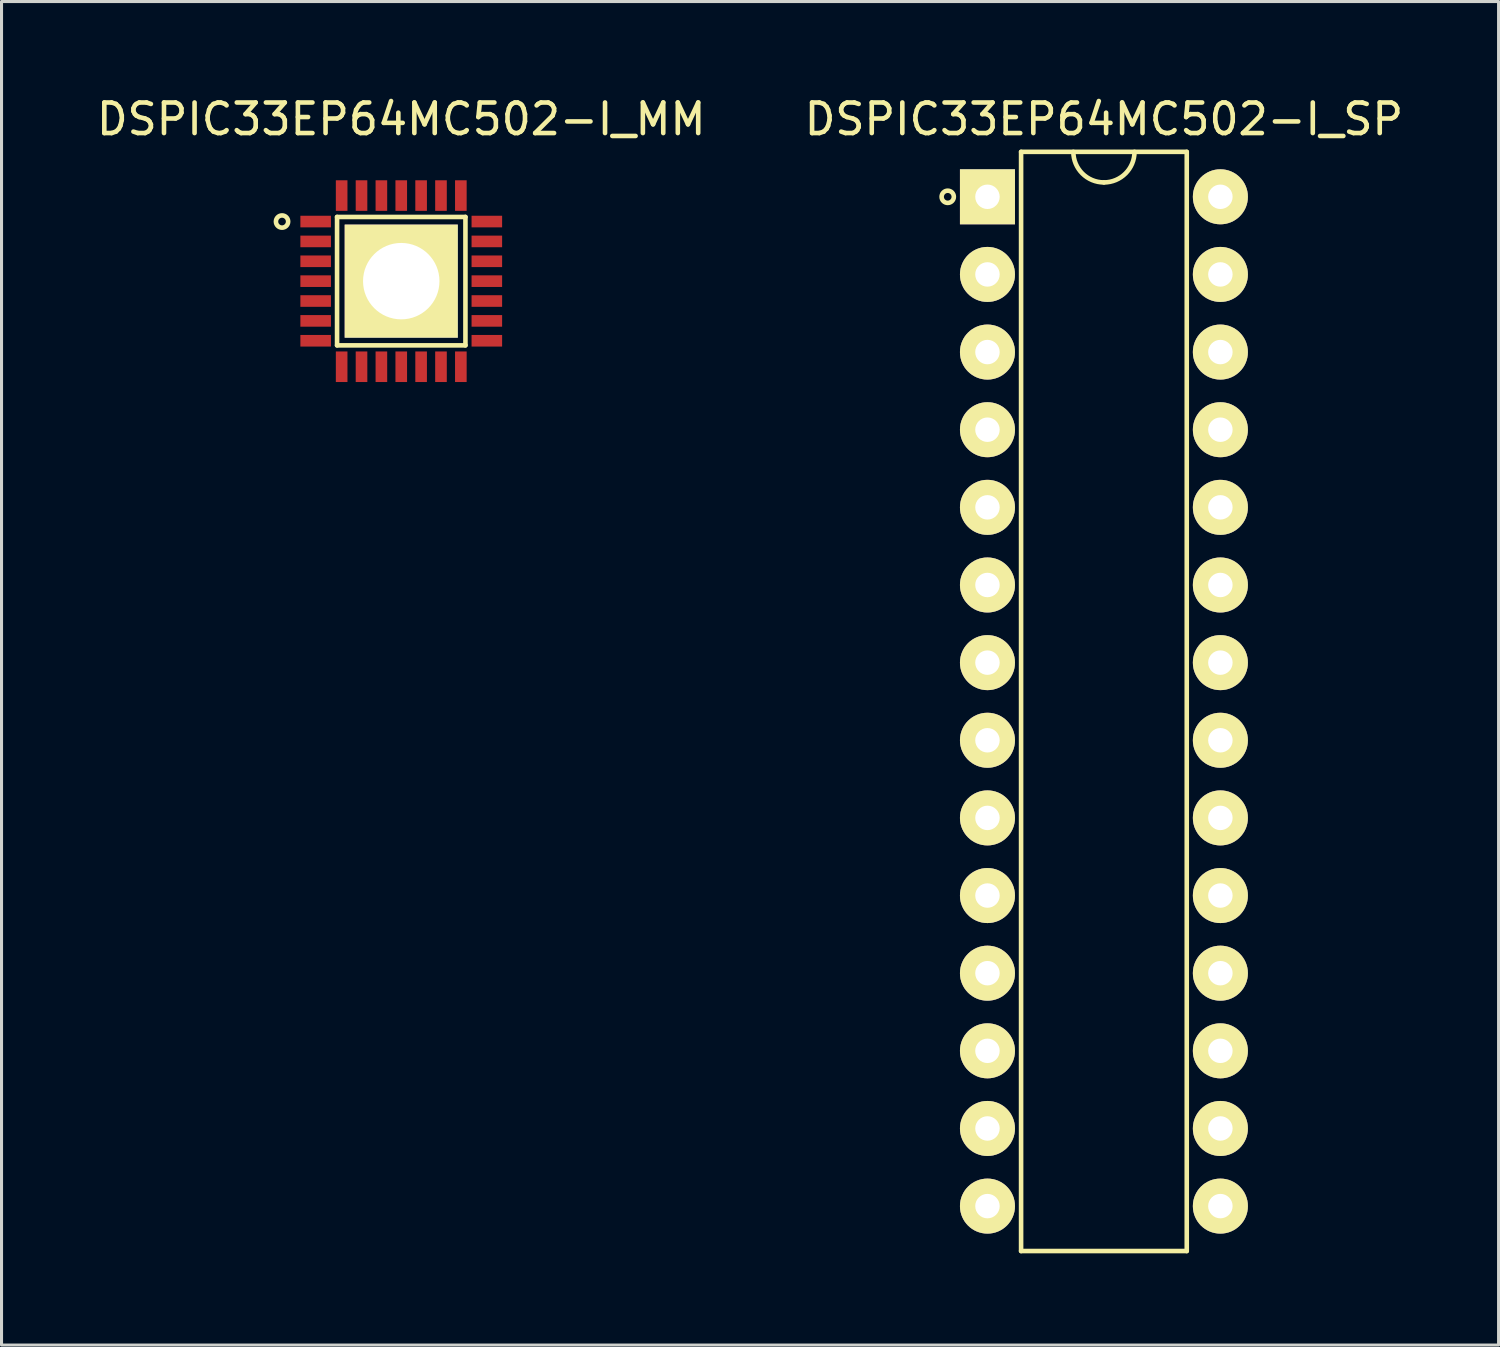
<source format=kicad_pcb>
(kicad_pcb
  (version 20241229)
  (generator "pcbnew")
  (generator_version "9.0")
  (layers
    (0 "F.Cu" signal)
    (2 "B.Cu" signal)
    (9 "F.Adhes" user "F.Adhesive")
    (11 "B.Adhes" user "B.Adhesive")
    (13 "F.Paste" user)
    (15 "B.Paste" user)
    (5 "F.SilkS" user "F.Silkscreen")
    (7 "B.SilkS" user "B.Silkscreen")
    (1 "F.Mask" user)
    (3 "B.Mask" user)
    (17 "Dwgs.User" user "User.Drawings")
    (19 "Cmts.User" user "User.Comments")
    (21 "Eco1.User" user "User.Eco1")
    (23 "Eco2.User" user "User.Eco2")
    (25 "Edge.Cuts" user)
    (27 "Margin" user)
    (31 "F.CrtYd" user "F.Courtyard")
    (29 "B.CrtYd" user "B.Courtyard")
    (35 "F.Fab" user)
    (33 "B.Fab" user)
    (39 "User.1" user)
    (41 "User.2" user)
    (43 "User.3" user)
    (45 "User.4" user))
  (footprint "DSPIC33EP64MC502-I_SP"
    (layer "F.Cu")
    (at 29.255 3.388)
    (property "Reference" "DSPIC33EP64MC502-I_SP" (at 3.81 -2.54 0) (layer "F.SilkS") (effects (font (size 1 1) (thickness 0.15))))
    (attr through_hole)
    (fp_line (start 1.1 -1.47) (end 6.52 -1.47) (stroke (width 0.15) (type solid)) (layer "F.SilkS"))
    (fp_line (start 1.1 34.49) (end 1.1 -1.47) (stroke (width 0.15) (type solid)) (layer "F.SilkS"))
    (fp_line (start 6.52 -1.47) (end 6.52 34.49) (stroke (width 0.15) (type solid)) (layer "F.SilkS"))
    (fp_line (start 6.52 34.49) (end 1.1 34.49) (stroke (width 0.15) (type solid)) (layer "F.SilkS"))
    (fp_arc (start 3.81 -0.47) (mid 3.102893 -0.762893) (end 2.81 -1.47) (stroke (width 0.15) (type solid)) (layer "F.SilkS"))
    (fp_arc (start 4.81 -1.47) (mid 4.517107 -0.762893) (end 3.81 -0.47) (stroke (width 0.15) (type solid)) (layer "F.SilkS"))
    (fp_circle (center -1.3 0) (end -1.3 0.2) (stroke (width 0.15) (type solid)) (fill no) (layer "F.SilkS"))
    (pad "1" thru_hole rect (at 0 0) (size 1.8 1.8) (drill 0.8) (layers "*.Cu" "*.Mask" "F.SilkS"))
    (pad "2" thru_hole circle (at 0 2.54) (size 1.8 1.8) (drill 0.8) (layers "*.Cu" "*.Mask" "F.SilkS"))
    (pad "3" thru_hole circle (at 0 5.08) (size 1.8 1.8) (drill 0.8) (layers "*.Cu" "*.Mask" "F.SilkS"))
    (pad "4" thru_hole circle (at 0 7.62) (size 1.8 1.8) (drill 0.8) (layers "*.Cu" "*.Mask" "F.SilkS"))
    (pad "5" thru_hole circle (at 0 10.16) (size 1.8 1.8) (drill 0.8) (layers "*.Cu" "*.Mask" "F.SilkS"))
    (pad "6" thru_hole circle (at 0 12.7) (size 1.8 1.8) (drill 0.8) (layers "*.Cu" "*.Mask" "F.SilkS"))
    (pad "7" thru_hole circle (at 0 15.24) (size 1.8 1.8) (drill 0.8) (layers "*.Cu" "*.Mask" "F.SilkS"))
    (pad "8" thru_hole circle (at 0 17.78) (size 1.8 1.8) (drill 0.8) (layers "*.Cu" "*.Mask" "F.SilkS"))
    (pad "9" thru_hole circle (at 0 20.32) (size 1.8 1.8) (drill 0.8) (layers "*.Cu" "*.Mask" "F.SilkS"))
    (pad "10" thru_hole circle (at 0 22.86) (size 1.8 1.8) (drill 0.8) (layers "*.Cu" "*.Mask" "F.SilkS"))
    (pad "11" thru_hole circle (at 0 25.4) (size 1.8 1.8) (drill 0.8) (layers "*.Cu" "*.Mask" "F.SilkS"))
    (pad "12" thru_hole circle (at 0 27.94) (size 1.8 1.8) (drill 0.8) (layers "*.Cu" "*.Mask" "F.SilkS"))
    (pad "13" thru_hole circle (at 0 30.48) (size 1.8 1.8) (drill 0.8) (layers "*.Cu" "*.Mask" "F.SilkS"))
    (pad "14" thru_hole circle (at 0 33.02) (size 1.8 1.8) (drill 0.8) (layers "*.Cu" "*.Mask" "F.SilkS"))
    (pad "15" thru_hole circle (at 7.62 33.02) (size 1.8 1.8) (drill 0.8) (layers "*.Cu" "*.Mask" "F.SilkS"))
    (pad "16" thru_hole circle (at 7.62 30.48) (size 1.8 1.8) (drill 0.8) (layers "*.Cu" "*.Mask" "F.SilkS"))
    (pad "17" thru_hole circle (at 7.62 27.94) (size 1.8 1.8) (drill 0.8) (layers "*.Cu" "*.Mask" "F.SilkS"))
    (pad "18" thru_hole circle (at 7.62 25.4) (size 1.8 1.8) (drill 0.8) (layers "*.Cu" "*.Mask" "F.SilkS"))
    (pad "19" thru_hole circle (at 7.62 22.86) (size 1.8 1.8) (drill 0.8) (layers "*.Cu" "*.Mask" "F.SilkS"))
    (pad "20" thru_hole circle (at 7.62 20.32) (size 1.8 1.8) (drill 0.8) (layers "*.Cu" "*.Mask" "F.SilkS"))
    (pad "21" thru_hole circle (at 7.62 17.78) (size 1.8 1.8) (drill 0.8) (layers "*.Cu" "*.Mask" "F.SilkS"))
    (pad "22" thru_hole circle (at 7.62 15.24) (size 1.8 1.8) (drill 0.8) (layers "*.Cu" "*.Mask" "F.SilkS"))
    (pad "23" thru_hole circle (at 7.62 12.7) (size 1.8 1.8) (drill 0.8) (layers "*.Cu" "*.Mask" "F.SilkS"))
    (pad "24" thru_hole circle (at 7.62 10.16) (size 1.8 1.8) (drill 0.8) (layers "*.Cu" "*.Mask" "F.SilkS"))
    (pad "25" thru_hole circle (at 7.62 7.62) (size 1.8 1.8) (drill 0.8) (layers "*.Cu" "*.Mask" "F.SilkS"))
    (pad "26" thru_hole circle (at 7.62 5.08) (size 1.8 1.8) (drill 0.8) (layers "*.Cu" "*.Mask" "F.SilkS"))
    (pad "27" thru_hole circle (at 7.62 2.54) (size 1.8 1.8) (drill 0.8) (layers "*.Cu" "*.Mask" "F.SilkS"))
    (pad "28" thru_hole circle (at 7.62 0) (size 1.8 1.8) (drill 0.8) (layers "*.Cu" "*.Mask" "F.SilkS")))
  (footprint "DSPIC33EP64MC502-I_MM"
    (layer "F.Cu")
    (at 7.277 3.348)
    (property "Reference" "DSPIC33EP64MC502-I_MM" (at 2.8 -2.5 0) (layer "F.SilkS") (effects (font (size 1 1) (thickness 0.15))))
    (attr through_hole)
    (fp_line (start 0.7 0.7) (end 0.7 4.9) (stroke (width 0.15) (type solid)) (layer "F.SilkS"))
    (fp_line (start 0.7 0.7) (end 4.9 0.7) (stroke (width 0.15) (type solid)) (layer "F.SilkS"))
    (fp_line (start 0.7 4.9) (end 4.9 4.9) (stroke (width 0.15) (type solid)) (layer "F.SilkS"))
    (fp_line (start 4.9 4.9) (end 4.9 0.7) (stroke (width 0.15) (type solid)) (layer "F.SilkS"))
    (fp_circle (center -1.1 0.85) (end -1.1 0.65) (stroke (width 0.15) (type solid)) (fill no) (layer "F.SilkS"))
    (fp_circle (center 1.7 1.7) (end 1.7 1.2) (stroke (width 0.15) (type solid)) (fill no) (layer "F.SilkS"))
    (pad "1" smd rect (at 0 0.85) (size 1 0.38) (layers "F.Cu" "F.Mask" "F.Paste"))
    (pad "2" smd rect (at 0 1.5) (size 1 0.38) (layers "F.Cu" "F.Mask" "F.Paste"))
    (pad "3" smd rect (at 0 2.15) (size 1 0.38) (layers "F.Cu" "F.Mask" "F.Paste"))
    (pad "4" smd rect (at 0 2.8) (size 1 0.38) (layers "F.Cu" "F.Mask" "F.Paste"))
    (pad "5" smd rect (at 0 3.45) (size 1 0.38) (layers "F.Cu" "F.Mask" "F.Paste"))
    (pad "6" smd rect (at 0 4.1) (size 1 0.38) (layers "F.Cu" "F.Mask" "F.Paste"))
    (pad "7" smd rect (at 0 4.75) (size 1 0.38) (layers "F.Cu" "F.Mask" "F.Paste"))
    (pad "8" smd rect (at 0.85 5.6) (size 0.38 1) (layers "F.Cu" "F.Mask" "F.Paste"))
    (pad "9" smd rect (at 1.5 5.6) (size 0.38 1) (layers "F.Cu" "F.Mask" "F.Paste"))
    (pad "10" smd rect (at 2.15 5.6) (size 0.38 1) (layers "F.Cu" "F.Mask" "F.Paste"))
    (pad "11" smd rect (at 2.8 5.6) (size 0.38 1) (layers "F.Cu" "F.Mask" "F.Paste"))
    (pad "12" smd rect (at 3.45 5.6) (size 0.38 1) (layers "F.Cu" "F.Mask" "F.Paste"))
    (pad "13" smd rect (at 4.1 5.6) (size 0.38 1) (layers "F.Cu" "F.Mask" "F.Paste"))
    (pad "14" smd rect (at 4.75 5.6) (size 0.38 1) (layers "F.Cu" "F.Mask" "F.Paste"))
    (pad "15" smd rect (at 5.6 4.75) (size 1 0.38) (layers "F.Cu" "F.Mask" "F.Paste"))
    (pad "16" smd rect (at 5.6 4.1) (size 1 0.38) (layers "F.Cu" "F.Mask" "F.Paste"))
    (pad "17" smd rect (at 5.6 3.45) (size 1 0.38) (layers "F.Cu" "F.Mask" "F.Paste"))
    (pad "18" smd rect (at 5.6 2.8) (size 1 0.38) (layers "F.Cu" "F.Mask" "F.Paste"))
    (pad "19" smd rect (at 5.6 2.15) (size 1 0.38) (layers "F.Cu" "F.Mask" "F.Paste"))
    (pad "20" smd rect (at 5.6 1.5) (size 1 0.38) (layers "F.Cu" "F.Mask" "F.Paste"))
    (pad "21" smd rect (at 5.6 0.85) (size 1 0.38) (layers "F.Cu" "F.Mask" "F.Paste"))
    (pad "22" smd rect (at 4.75 0) (size 0.38 1) (layers "F.Cu" "F.Mask" "F.Paste"))
    (pad "23" smd rect (at 4.1 0) (size 0.38 1) (layers "F.Cu" "F.Mask" "F.Paste"))
    (pad "24" smd rect (at 3.45 0) (size 0.38 1) (layers "F.Cu" "F.Mask" "F.Paste"))
    (pad "25" smd rect (at 2.8 0) (size 0.38 1) (layers "F.Cu" "F.Mask" "F.Paste"))
    (pad "26" smd rect (at 2.15 0) (size 0.38 1) (layers "F.Cu" "F.Mask" "F.Paste"))
    (pad "27" smd rect (at 1.5 0) (size 0.38 1) (layers "F.Cu" "F.Mask" "F.Paste"))
    (pad "28" smd rect (at 0.85 0) (size 0.38 1) (layers "F.Cu" "F.Mask" "F.Paste"))
    (pad "999" thru_hole rect (at 2.8 2.8) (size 3.7 3.7) (drill 2.5) (layers "*.Cu" "*.Mask" "F.SilkS")))
  (gr_rect
    (start -3 -3)
    (end 45.976 40.953)
    (stroke (width 0.1) (type default))
    (fill no)
    (layer "Edge.Cuts")))
</source>
